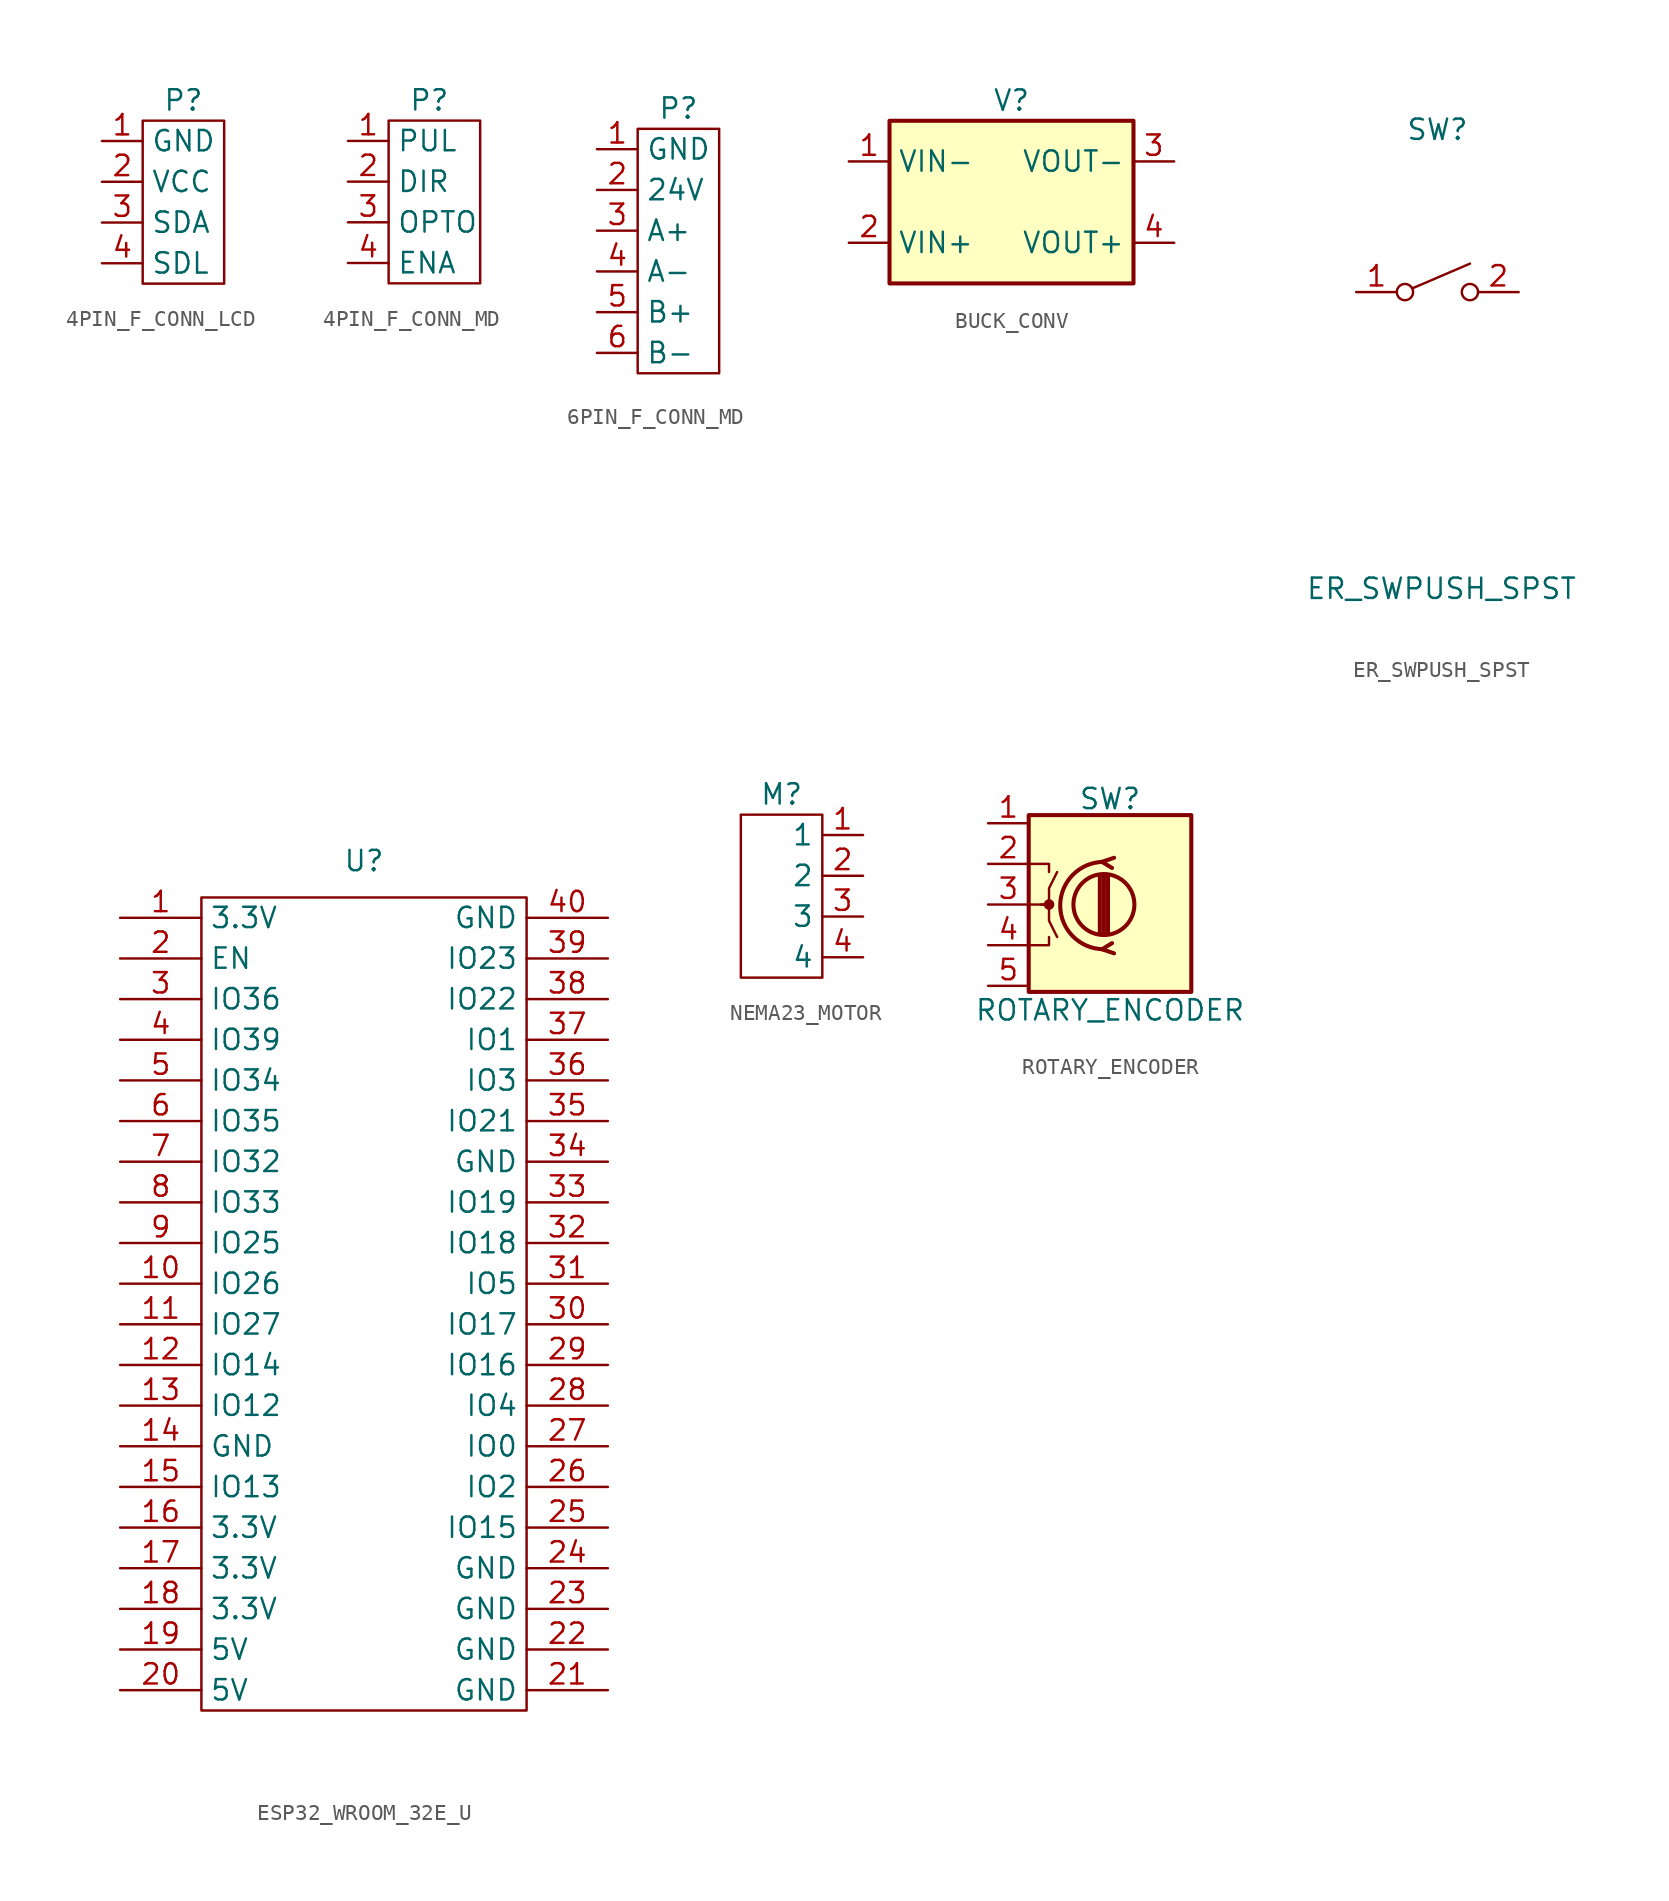
<source format=kicad_sym>
(kicad_symbol_lib
  (version 20231120)
  (generator "kicad_symbol_editor")
  (generator_version "8.0")
  (symbol "4PIN_F_CONN_LCD"
    (property "Reference" "P"
      (at 0 0 0)
      (effects (font (size 1.27 1.27))))
    (property "Value" ""
      (at 0 0 0)
      (effects (font (size 1.27 1.27))))
    (symbol "4PIN_F_CONN_LCD_0_1"
      (rectangle (start -2.54 -1.27) (end 2.54 -11.43) (stroke (width 0) (type default)) (fill (type none))))
    (symbol "4PIN_F_CONN_LCD_1_1"
      (pin power_in line (at -5.08 -2.54 0) (length 2.54) (name "GND" (effects (font (size 1.27 1.27)))) (number "1" (effects (font (size 1.27 1.27)))))
      (pin power_in line (at -5.08 -5.08 0) (length 2.54) (name "VCC" (effects (font (size 1.27 1.27)))) (number "2" (effects (font (size 1.27 1.27)))))
      (pin input line (at -5.08 -7.62 0) (length 2.54) (name "SDA" (effects (font (size 1.27 1.27)))) (number "3" (effects (font (size 1.27 1.27)))))
      (pin input line (at -5.08 -10.16 0) (length 2.54) (name "SDL" (effects (font (size 1.27 1.27)))) (number "4" (effects (font (size 1.27 1.27)))))))
  (symbol "4PIN_F_CONN_MD"
    (property "Reference" "P"
      (at 0 0 0)
      (effects (font (size 1.27 1.27))))
    (property "Value" ""
      (at 0 0 0)
      (effects (font (size 1.27 1.27))))
    (symbol "4PIN_F_CONN_MD_0_1"
      (rectangle (start -2.54 -1.27) (end 3.175 -11.43) (stroke (width 0) (type default)) (fill (type none))))
    (symbol "4PIN_F_CONN_MD_1_1"
      (pin input line (at -5.08 -2.54 0) (length 2.54) (name "PUL" (effects (font (size 1.27 1.27)))) (number "1" (effects (font (size 1.27 1.27)))))
      (pin passive line (at -5.08 -5.08 0) (length 2.54) (name "DIR" (effects (font (size 1.27 1.27)))) (number "2" (effects (font (size 1.27 1.27)))))
      (pin input line (at -5.08 -7.62 0) (length 2.54) (name "OPTO" (effects (font (size 1.27 1.27)))) (number "3" (effects (font (size 1.27 1.27)))))
      (pin input line (at -5.08 -10.16 0) (length 2.54) (name "ENA" (effects (font (size 1.27 1.27)))) (number "4" (effects (font (size 1.27 1.27)))))))
  (symbol "6PIN_F_CONN_MD"
    (property "Reference" "P"
      (at 0 0 0)
      (effects (font (size 1.27 1.27))))
    (property "Value" ""
      (at 0 0 0)
      (effects (font (size 1.27 1.27))))
    (symbol "6PIN_F_CONN_MD_0_1"
      (rectangle (start -2.54 -1.27) (end 2.54 -16.51) (stroke (width 0) (type default)) (fill (type none))))
    (symbol "6PIN_F_CONN_MD_1_1"
      (pin power_in line (at -5.08 -2.54 0) (length 2.54) (name "GND" (effects (font (size 1.27 1.27)))) (number "1" (effects (font (size 1.27 1.27)))))
      (pin power_in line (at -5.08 -5.08 0) (length 2.54) (name "24V" (effects (font (size 1.27 1.27)))) (number "2" (effects (font (size 1.27 1.27)))))
      (pin passive line (at -5.08 -7.62 0) (length 2.54) (name "A+" (effects (font (size 1.27 1.27)))) (number "3" (effects (font (size 1.27 1.27)))))
      (pin passive line (at -5.08 -10.16 0) (length 2.54) (name "A-" (effects (font (size 1.27 1.27)))) (number "4" (effects (font (size 1.27 1.27)))))
      (pin passive line (at -5.08 -12.7 0) (length 2.54) (name "B+" (effects (font (size 1.27 1.27)))) (number "5" (effects (font (size 1.27 1.27)))))
      (pin passive line (at -5.08 -15.24 0) (length 2.54) (name "B-" (effects (font (size 1.27 1.27)))) (number "6" (effects (font (size 1.27 1.27)))))))
  (symbol "BUCK_CONV"
    (property "Reference" "V"
      (at 0 0 0)
      (effects (font (size 1.27 1.27))))
    (property "Value" ""
      (at 0 0 0)
      (effects (font (size 1.27 1.27))))
    (symbol "BUCK_CONV_0_1"
      (rectangle (start -7.62 -1.27) (end 7.62 -11.43) (stroke (width 0.254) (type default)) (fill (type background))))
    (symbol "BUCK_CONV_1_1"
      (pin power_in line (at -10.16 -3.81 0) (length 2.54) (name "VIN-" (effects (font (size 1.27 1.27)))) (number "1" (effects (font (size 1.27 1.27)))))
      (pin power_in line (at -10.16 -8.89 0) (length 2.54) (name "VIN+" (effects (font (size 1.27 1.27)))) (number "2" (effects (font (size 1.27 1.27)))))
      (pin power_out line (at 10.16 -3.81 180) (length 2.54) (name "VOUT-" (effects (font (size 1.27 1.27)))) (number "3" (effects (font (size 1.27 1.27)))))
      (pin power_in line (at 10.16 -8.89 180) (length 2.54) (name "VOUT+" (effects (font (size 1.27 1.27)))) (number "4" (effects (font (size 1.27 1.27)))))))
  (symbol "ER_SWPUSH_SPST"
    (pin_names
      (offset 0) hide)
    (property "Reference" "SW"
      (at 0 10.16 0)
      (effects (font (size 1.27 1.27))))
    (property "Value" "ER_SWPUSH_SPST"
      (at 0.254 -18.542 0)
      (effects (font (size 1.27 1.27))))
    (symbol "ER_SWPUSH_SPST_0_1"
      (circle (center -2.032 0) (radius 0.508) (stroke (width 0) (type default)) (fill (type none)))
      (polyline (pts (xy -1.524 0.254) (xy 2.032 1.778)) (stroke (width 0) (type default)) (fill (type none)))
      (circle (center 2.032 0) (radius 0.508) (stroke (width 0) (type default)) (fill (type none)))
      (pin passive line (at -5.08 0 0) (length 2.54) (name "1" (effects (font (size 1.27 1.27)))) (number "1" (effects (font (size 1.27 1.27)))))
      (pin passive line (at 5.08 0 180) (length 2.54) (name "2" (effects (font (size 1.27 1.27)))) (number "2" (effects (font (size 1.27 1.27)))))))
  (symbol "ESP32_WROOM_32E_U"
    (property "Reference" "U"
      (at 0 22.606 0)
      (effects (font (size 1.27 1.27))))
    (property "Value" ""
      (at 0 22.606 0)
      (effects (font (size 1.27 1.27))))
    (symbol "ESP32_WROOM_32E_U_0_1"
      (rectangle (start -10.16 20.32) (end 10.16 -30.48) (stroke (width 0) (type default)) (fill (type none))))
    (symbol "ESP32_WROOM_32E_U_1_1"
      (pin power_out line (at -15.24 19.05 0) (length 5.08) (name "3.3V" (effects (font (size 1.27 1.27)))) (number "1" (effects (font (size 1.27 1.27)))))
      (pin bidirectional line (at -15.24 -3.81 0) (length 5.08) (name "IO26" (effects (font (size 1.27 1.27)))) (number "10" (effects (font (size 1.27 1.27)))))
      (pin bidirectional line (at -15.24 -6.35 0) (length 5.08) (name "IO27" (effects (font (size 1.27 1.27)))) (number "11" (effects (font (size 1.27 1.27)))))
      (pin bidirectional line (at -15.24 -8.89 0) (length 5.08) (name "IO14" (effects (font (size 1.27 1.27)))) (number "12" (effects (font (size 1.27 1.27)))))
      (pin bidirectional line (at -15.24 -11.43 0) (length 5.08) (name "IO12" (effects (font (size 1.27 1.27)))) (number "13" (effects (font (size 1.27 1.27)))))
      (pin power_in line (at -15.24 -13.97 0) (length 5.08) (name "GND" (effects (font (size 1.27 1.27)))) (number "14" (effects (font (size 1.27 1.27)))))
      (pin bidirectional line (at -15.24 -16.51 0) (length 5.08) (name "IO13" (effects (font (size 1.27 1.27)))) (number "15" (effects (font (size 1.27 1.27)))))
      (pin power_out line (at -15.24 -19.05 0) (length 5.08) (name "3.3V" (effects (font (size 1.27 1.27)))) (number "16" (effects (font (size 1.27 1.27)))))
      (pin power_out line (at -15.24 -21.59 0) (length 5.08) (name "3.3V" (effects (font (size 1.27 1.27)))) (number "17" (effects (font (size 1.27 1.27)))))
      (pin power_out line (at -15.24 -24.13 0) (length 5.08) (name "3.3V" (effects (font (size 1.27 1.27)))) (number "18" (effects (font (size 1.27 1.27)))))
      (pin power_out line (at -15.24 -26.67 0) (length 5.08) (name "5V" (effects (font (size 1.27 1.27)))) (number "19" (effects (font (size 1.27 1.27)))))
      (pin input line (at -15.24 16.51 0) (length 5.08) (name "EN" (effects (font (size 1.27 1.27)))) (number "2" (effects (font (size 1.27 1.27)))))
      (pin power_out line (at -15.24 -29.21 0) (length 5.08) (name "5V" (effects (font (size 1.27 1.27)))) (number "20" (effects (font (size 1.27 1.27)))))
      (pin power_in line (at 15.24 -29.21 180) (length 5.08) (name "GND" (effects (font (size 1.27 1.27)))) (number "21" (effects (font (size 1.27 1.27)))))
      (pin power_in line (at 15.24 -26.67 180) (length 5.08) (name "GND" (effects (font (size 1.27 1.27)))) (number "22" (effects (font (size 1.27 1.27)))))
      (pin power_in line (at 15.24 -24.13 180) (length 5.08) (name "GND" (effects (font (size 1.27 1.27)))) (number "23" (effects (font (size 1.27 1.27)))))
      (pin power_in line (at 15.24 -21.59 180) (length 5.08) (name "GND" (effects (font (size 1.27 1.27)))) (number "24" (effects (font (size 1.27 1.27)))))
      (pin bidirectional line (at 15.24 -19.05 180) (length 5.08) (name "IO15" (effects (font (size 1.27 1.27)))) (number "25" (effects (font (size 1.27 1.27)))))
      (pin bidirectional line (at 15.24 -16.51 180) (length 5.08) (name "IO2" (effects (font (size 1.27 1.27)))) (number "26" (effects (font (size 1.27 1.27)))))
      (pin bidirectional line (at 15.24 -13.97 180) (length 5.08) (name "IO0" (effects (font (size 1.27 1.27)))) (number "27" (effects (font (size 1.27 1.27)))))
      (pin bidirectional line (at 15.24 -11.43 180) (length 5.08) (name "IO4" (effects (font (size 1.27 1.27)))) (number "28" (effects (font (size 1.27 1.27)))))
      (pin bidirectional line (at 15.24 -8.89 180) (length 5.08) (name "IO16" (effects (font (size 1.27 1.27)))) (number "29" (effects (font (size 1.27 1.27)))))
      (pin bidirectional line (at -15.24 13.97 0) (length 5.08) (name "IO36" (effects (font (size 1.27 1.27)))) (number "3" (effects (font (size 1.27 1.27)))))
      (pin bidirectional line (at 15.24 -6.35 180) (length 5.08) (name "IO17" (effects (font (size 1.27 1.27)))) (number "30" (effects (font (size 1.27 1.27)))))
      (pin bidirectional line (at 15.24 -3.81 180) (length 5.08) (name "IO5" (effects (font (size 1.27 1.27)))) (number "31" (effects (font (size 1.27 1.27)))))
      (pin bidirectional line (at 15.24 -1.27 180) (length 5.08) (name "IO18" (effects (font (size 1.27 1.27)))) (number "32" (effects (font (size 1.27 1.27)))))
      (pin bidirectional line (at 15.24 1.27 180) (length 5.08) (name "IO19" (effects (font (size 1.27 1.27)))) (number "33" (effects (font (size 1.27 1.27)))))
      (pin power_in line (at 15.24 3.81 180) (length 5.08) (name "GND" (effects (font (size 1.27 1.27)))) (number "34" (effects (font (size 1.27 1.27)))))
      (pin bidirectional line (at 15.24 6.35 180) (length 5.08) (name "IO21" (effects (font (size 1.27 1.27)))) (number "35" (effects (font (size 1.27 1.27)))))
      (pin bidirectional line (at 15.24 8.89 180) (length 5.08) (name "IO3" (effects (font (size 1.27 1.27)))) (number "36" (effects (font (size 1.27 1.27)))))
      (pin bidirectional line (at 15.24 11.43 180) (length 5.08) (name "IO1" (effects (font (size 1.27 1.27)))) (number "37" (effects (font (size 1.27 1.27)))))
      (pin bidirectional line (at 15.24 13.97 180) (length 5.08) (name "IO22" (effects (font (size 1.27 1.27)))) (number "38" (effects (font (size 1.27 1.27)))))
      (pin bidirectional line (at 15.24 16.51 180) (length 5.08) (name "IO23" (effects (font (size 1.27 1.27)))) (number "39" (effects (font (size 1.27 1.27)))))
      (pin bidirectional line (at -15.24 11.43 0) (length 5.08) (name "IO39" (effects (font (size 1.27 1.27)))) (number "4" (effects (font (size 1.27 1.27)))))
      (pin power_in line (at 15.24 19.05 180) (length 5.08) (name "GND" (effects (font (size 1.27 1.27)))) (number "40" (effects (font (size 1.27 1.27)))))
      (pin bidirectional line (at -15.24 8.89 0) (length 5.08) (name "IO34" (effects (font (size 1.27 1.27)))) (number "5" (effects (font (size 1.27 1.27)))))
      (pin bidirectional line (at -15.24 6.35 0) (length 5.08) (name "IO35" (effects (font (size 1.27 1.27)))) (number "6" (effects (font (size 1.27 1.27)))))
      (pin bidirectional line (at -15.24 3.81 0) (length 5.08) (name "IO32" (effects (font (size 1.27 1.27)))) (number "7" (effects (font (size 1.27 1.27)))))
      (pin bidirectional line (at -15.24 1.27 0) (length 5.08) (name "IO33" (effects (font (size 1.27 1.27)))) (number "8" (effects (font (size 1.27 1.27)))))
      (pin bidirectional line (at -15.24 -1.27 0) (length 5.08) (name "IO25" (effects (font (size 1.27 1.27)))) (number "9" (effects (font (size 1.27 1.27)))))))
  (symbol "NEMA23_MOTOR"
    (property "Reference" "M"
      (at 0 0 0)
      (effects (font (size 1.27 1.27))))
    (property "Value" ""
      (at 0 0 0)
      (effects (font (size 1.27 1.27))))
    (symbol "NEMA23_MOTOR_0_1"
      (rectangle (start -2.54 -1.27) (end 2.54 -11.43) (stroke (width 0) (type default)) (fill (type none))))
    (symbol "NEMA23_MOTOR_1_1"
      (pin input line (at 5.08 -2.54 180) (length 2.54) (name "1" (effects (font (size 1.27 1.27)))) (number "1" (effects (font (size 1.27 1.27)))))
      (pin input line (at 5.08 -5.08 180) (length 2.54) (name "2" (effects (font (size 1.27 1.27)))) (number "2" (effects (font (size 1.27 1.27)))))
      (pin input line (at 5.08 -7.62 180) (length 2.54) (name "3" (effects (font (size 1.27 1.27)))) (number "3" (effects (font (size 1.27 1.27)))))
      (pin input line (at 5.08 -10.16 180) (length 2.54) (name "4" (effects (font (size 1.27 1.27)))) (number "4" (effects (font (size 1.27 1.27)))))))
  (symbol "ROTARY_ENCODER"
    (pin_names
      (offset 0.254) hide)
    (property "Reference" "SW"
      (at 0 6.604 0)
      (effects (font (size 1.27 1.27))))
    (property "Value" "ROTARY_ENCODER"
      (at 0 -6.604 0)
      (effects (font (size 1.27 1.27))))
    (symbol "ROTARY_ENCODER_0_1"
      (rectangle (start -5.08 5.588) (end 5.08 -5.461) (stroke (width 0.254) (type default)) (fill (type background)))
      (circle (center -3.81 0) (radius 0.254) (stroke (width 0) (type default)) (fill (type outline)))
      (circle (center -0.381 0) (radius 1.905) (stroke (width 0.254) (type default)) (fill (type none)))
      (arc (start -0.381 2.667) (mid -3.0988 -0.0635) (end -0.381 -2.794) (stroke (width 0.254) (type default)) (fill (type none)))
      (polyline (pts (xy -0.635 -1.778) (xy -0.635 1.778)) (stroke (width 0.254) (type default)) (fill (type none)))
      (polyline (pts (xy -0.381 -1.778) (xy -0.381 1.778)) (stroke (width 0.254) (type default)) (fill (type none)))
      (polyline (pts (xy -0.127 1.778) (xy -0.127 -1.778)) (stroke (width 0.254) (type default)) (fill (type none)))
      (polyline (pts (xy -5.08 -2.54) (xy -3.81 -2.54) (xy -3.81 -2.032)) (stroke (width 0) (type default)) (fill (type none)))
      (polyline (pts (xy -5.08 2.54) (xy -3.81 2.54) (xy -3.81 2.032)) (stroke (width 0) (type default)) (fill (type none)))
      (polyline (pts (xy 0.254 -3.048) (xy -0.508 -2.794) (xy 0.127 -2.413)) (stroke (width 0.254) (type default)) (fill (type none)))
      (polyline (pts (xy 0.254 2.921) (xy -0.508 2.667) (xy 0.127 2.286)) (stroke (width 0.254) (type default)) (fill (type none)))
      (polyline (pts (xy -5.08 0) (xy -3.81 0) (xy -3.81 -1.016) (xy -3.302 -2.032)) (stroke (width 0) (type default)) (fill (type none)))
      (polyline (pts (xy -4.318 0) (xy -3.81 0) (xy -3.81 1.016) (xy -3.302 2.032)) (stroke (width 0) (type default)) (fill (type none))))
    (symbol "ROTARY_ENCODER_1_1"
      (pin passive line (at -7.62 5.08 0) (length 2.54) (name "CLK" (effects (font (size 1.27 1.27)))) (number "1" (effects (font (size 1.27 1.27)))))
      (pin passive line (at -7.62 2.54 0) (length 2.54) (name "DT" (effects (font (size 1.27 1.27)))) (number "2" (effects (font (size 1.27 1.27)))))
      (pin passive line (at -7.62 0 0) (length 2.54) (name "SW" (effects (font (size 1.27 1.27)))) (number "3" (effects (font (size 1.27 1.27)))))
      (pin power_in line (at -7.62 -2.54 0) (length 2.54) (name "5V" (effects (font (size 1.27 1.27)))) (number "4" (effects (font (size 1.27 1.27)))))
      (pin power_in line (at -7.62 -5.08 0) (length 2.54) (name "GND" (effects (font (size 1.27 1.27)))) (number "5" (effects (font (size 1.27 1.27))))))))
</source>
